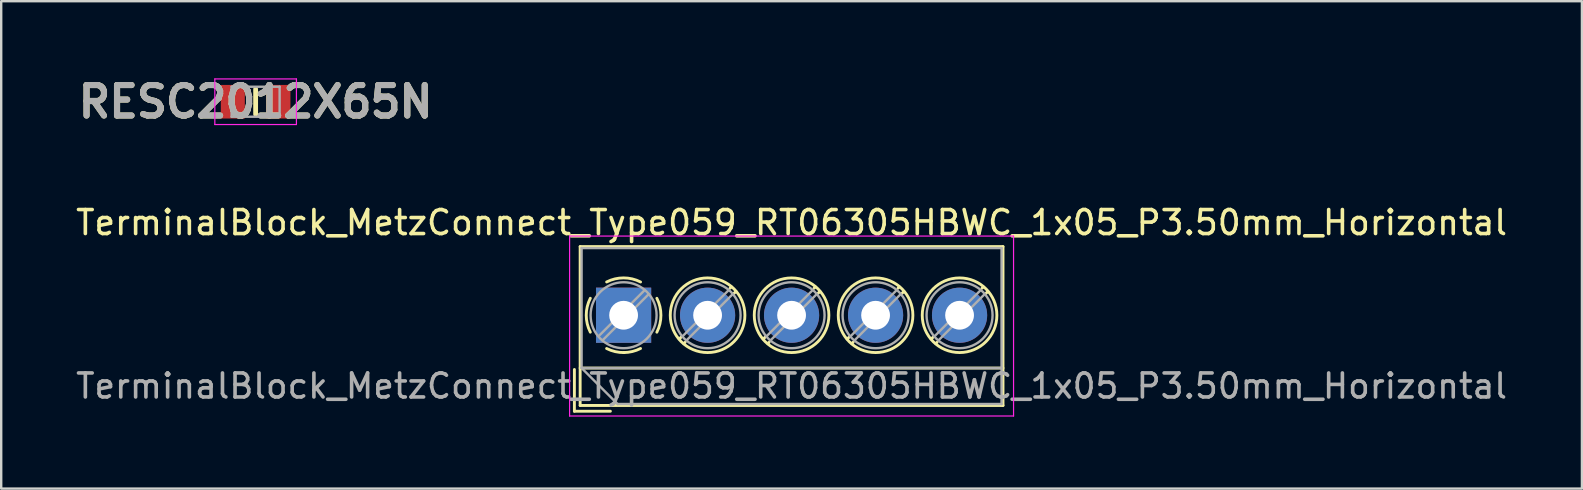
<source format=kicad_pcb>
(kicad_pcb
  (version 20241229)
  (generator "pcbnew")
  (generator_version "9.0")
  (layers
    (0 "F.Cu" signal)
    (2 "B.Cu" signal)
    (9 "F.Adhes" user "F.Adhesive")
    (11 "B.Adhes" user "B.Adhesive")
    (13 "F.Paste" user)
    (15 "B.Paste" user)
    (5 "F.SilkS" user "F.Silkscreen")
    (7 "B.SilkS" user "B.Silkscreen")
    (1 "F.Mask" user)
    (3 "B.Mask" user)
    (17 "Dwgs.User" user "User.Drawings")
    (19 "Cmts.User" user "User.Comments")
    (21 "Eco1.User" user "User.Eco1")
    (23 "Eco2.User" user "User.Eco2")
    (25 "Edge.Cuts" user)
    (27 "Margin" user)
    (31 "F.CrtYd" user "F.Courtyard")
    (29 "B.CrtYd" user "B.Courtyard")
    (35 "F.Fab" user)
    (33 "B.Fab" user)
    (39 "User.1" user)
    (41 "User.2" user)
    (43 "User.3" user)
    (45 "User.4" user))
  (footprint "TerminalBlock_MetzConnect_Type059_RT06305HBWC_1x05_P3.50mm_Horizontal"
    (layer "F.Cu")
    (at 22.935 10.086)
    (property "Reference" "TerminalBlock_MetzConnect_Type059_RT06305HBWC_1x05_P3.50mm_Horizontal" (at 7 -3.86 0) (layer "F.SilkS") (effects (font (size 1 1) (thickness 0.15))))
    (attr through_hole)
    (fp_line (start -2.05 2.26) (end -2.05 4) (stroke (width 0.12) (type solid)) (layer "F.SilkS"))
    (fp_line (start -2.05 4) (end -0.55 4) (stroke (width 0.12) (type solid)) (layer "F.SilkS"))
    (fp_line (start -1.81 -2.86) (end -1.81 3.76) (stroke (width 0.12) (type solid)) (layer "F.SilkS"))
    (fp_line (start -1.81 -2.86) (end 15.81 -2.86) (stroke (width 0.12) (type solid)) (layer "F.SilkS"))
    (fp_line (start -1.81 2.2) (end 15.81 2.2) (stroke (width 0.12) (type solid)) (layer "F.SilkS"))
    (fp_line (start -1.81 3.76) (end 15.81 3.76) (stroke (width 0.12) (type solid)) (layer "F.SilkS"))
    (fp_line (start 2.397 0.914) (end 2.321 0.99) (stroke (width 0.12) (type solid)) (layer "F.SilkS"))
    (fp_line (start 2.565 1.125) (end 2.511 1.18) (stroke (width 0.12) (type solid)) (layer "F.SilkS"))
    (fp_line (start 4.49 -1.18) (end 4.436 -1.126) (stroke (width 0.12) (type solid)) (layer "F.SilkS"))
    (fp_line (start 4.68 -0.99) (end 4.604 -0.914) (stroke (width 0.12) (type solid)) (layer "F.SilkS"))
    (fp_line (start 5.897 0.914) (end 5.821 0.99) (stroke (width 0.12) (type solid)) (layer "F.SilkS"))
    (fp_line (start 6.065 1.125) (end 6.011 1.18) (stroke (width 0.12) (type solid)) (layer "F.SilkS"))
    (fp_line (start 7.99 -1.18) (end 7.936 -1.126) (stroke (width 0.12) (type solid)) (layer "F.SilkS"))
    (fp_line (start 8.18 -0.99) (end 8.104 -0.914) (stroke (width 0.12) (type solid)) (layer "F.SilkS"))
    (fp_line (start 9.397 0.914) (end 9.321 0.99) (stroke (width 0.12) (type solid)) (layer "F.SilkS"))
    (fp_line (start 9.565 1.125) (end 9.511 1.18) (stroke (width 0.12) (type solid)) (layer "F.SilkS"))
    (fp_line (start 11.49 -1.18) (end 11.436 -1.126) (stroke (width 0.12) (type solid)) (layer "F.SilkS"))
    (fp_line (start 11.68 -0.99) (end 11.604 -0.914) (stroke (width 0.12) (type solid)) (layer "F.SilkS"))
    (fp_line (start 12.897 0.914) (end 12.821 0.99) (stroke (width 0.12) (type solid)) (layer "F.SilkS"))
    (fp_line (start 13.065 1.125) (end 13.011 1.18) (stroke (width 0.12) (type solid)) (layer "F.SilkS"))
    (fp_line (start 14.99 -1.18) (end 14.936 -1.126) (stroke (width 0.12) (type solid)) (layer "F.SilkS"))
    (fp_line (start 15.18 -0.99) (end 15.104 -0.914) (stroke (width 0.12) (type solid)) (layer "F.SilkS"))
    (fp_line (start 15.81 -2.86) (end 15.81 3.76) (stroke (width 0.12) (type solid)) (layer "F.SilkS"))
    (fp_arc (start -1.386645 0.705733) (mid -1.555906 -0.000711) (end -1.386 -0.707) (stroke (width 0.12) (type solid)) (layer "F.SilkS"))
    (fp_arc (start -0.705733 -1.386645) (mid 0.000711 -1.555906) (end 0.707 -1.386) (stroke (width 0.12) (type solid)) (layer "F.SilkS"))
    (fp_arc (start 0.026444 1.555682) (mid -0.350695 1.515869) (end -0.707 1.386) (stroke (width 0.12) (type solid)) (layer "F.SilkS"))
    (fp_arc (start 0.705955 1.385515) (mid 0.363007 1.512035) (end 0 1.555) (stroke (width 0.12) (type solid)) (layer "F.SilkS"))
    (fp_arc (start 1.386645 -0.705733) (mid 1.555906 0.000711) (end 1.386 0.707) (stroke (width 0.12) (type solid)) (layer "F.SilkS"))
    (fp_circle (center 3.5 0) (end 5.055 0) (stroke (width 0.12) (type solid)) (fill no) (layer "F.SilkS"))
    (fp_circle (center 7 0) (end 8.555 0) (stroke (width 0.12) (type solid)) (fill no) (layer "F.SilkS"))
    (fp_circle (center 10.5 0) (end 12.055 0) (stroke (width 0.12) (type solid)) (fill no) (layer "F.SilkS"))
    (fp_circle (center 14 0) (end 15.555 0) (stroke (width 0.12) (type solid)) (fill no) (layer "F.SilkS"))
    (fp_line (start -2.25 -3.3) (end -2.25 4.2) (stroke (width 0.05) (type solid)) (layer "F.CrtYd"))
    (fp_line (start -2.25 4.2) (end 16.25 4.2) (stroke (width 0.05) (type solid)) (layer "F.CrtYd"))
    (fp_line (start 16.25 -3.3) (end -2.25 -3.3) (stroke (width 0.05) (type solid)) (layer "F.CrtYd"))
    (fp_line (start 16.25 4.2) (end 16.25 -3.3) (stroke (width 0.05) (type solid)) (layer "F.CrtYd"))
    (fp_line (start -1.75 -2.8) (end 15.75 -2.8) (stroke (width 0.1) (type solid)) (layer "F.Fab"))
    (fp_line (start -1.75 2.2) (end -1.75 -2.8) (stroke (width 0.1) (type solid)) (layer "F.Fab"))
    (fp_line (start -1.75 2.2) (end 15.75 2.2) (stroke (width 0.1) (type solid)) (layer "F.Fab"))
    (fp_line (start -0.25 3.7) (end -1.75 2.2) (stroke (width 0.1) (type solid)) (layer "F.Fab"))
    (fp_line (start 0.876 -1.043) (end -1.043 0.875) (stroke (width 0.1) (type solid)) (layer "F.Fab"))
    (fp_line (start 1.043 -0.875) (end -0.876 1.043) (stroke (width 0.1) (type solid)) (layer "F.Fab"))
    (fp_line (start 4.376 -1.043) (end 2.458 0.875) (stroke (width 0.1) (type solid)) (layer "F.Fab"))
    (fp_line (start 4.543 -0.875) (end 2.625 1.043) (stroke (width 0.1) (type solid)) (layer "F.Fab"))
    (fp_line (start 7.876 -1.043) (end 5.958 0.875) (stroke (width 0.1) (type solid)) (layer "F.Fab"))
    (fp_line (start 8.043 -0.875) (end 6.125 1.043) (stroke (width 0.1) (type solid)) (layer "F.Fab"))
    (fp_line (start 11.376 -1.043) (end 9.458 0.875) (stroke (width 0.1) (type solid)) (layer "F.Fab"))
    (fp_line (start 11.543 -0.875) (end 9.625 1.043) (stroke (width 0.1) (type solid)) (layer "F.Fab"))
    (fp_line (start 14.876 -1.043) (end 12.958 0.875) (stroke (width 0.1) (type solid)) (layer "F.Fab"))
    (fp_line (start 15.043 -0.875) (end 13.125 1.043) (stroke (width 0.1) (type solid)) (layer "F.Fab"))
    (fp_line (start 15.75 -2.8) (end 15.75 3.7) (stroke (width 0.1) (type solid)) (layer "F.Fab"))
    (fp_line (start 15.75 3.7) (end -0.25 3.7) (stroke (width 0.1) (type solid)) (layer "F.Fab"))
    (fp_circle (center 0 0) (end 1.375 0) (stroke (width 0.1) (type solid)) (fill no) (layer "F.Fab"))
    (fp_circle (center 3.5 0) (end 4.875 0) (stroke (width 0.1) (type solid)) (fill no) (layer "F.Fab"))
    (fp_circle (center 7 0) (end 8.375 0) (stroke (width 0.1) (type solid)) (fill no) (layer "F.Fab"))
    (fp_circle (center 10.5 0) (end 11.875 0) (stroke (width 0.1) (type solid)) (fill no) (layer "F.Fab"))
    (fp_circle (center 14 0) (end 15.375 0) (stroke (width 0.1) (type solid)) (fill no) (layer "F.Fab"))
    (fp_text user "${REFERENCE}" (at 7 2.95 0) (layer "F.Fab") (effects (font (size 1 1) (thickness 0.15))))
    (pad "1" thru_hole rect (at 0 0) (size 2.3 2.3) (drill 1.2) (layers "*.Cu" "*.Mask"))
    (pad "2" thru_hole circle (at 3.5 0) (size 2.3 2.3) (drill 1.2) (layers "*.Cu" "*.Mask"))
    (pad "3" thru_hole circle (at 7 0) (size 2.3 2.3) (drill 1.2) (layers "*.Cu" "*.Mask"))
    (pad "4" thru_hole circle (at 10.5 0) (size 2.3 2.3) (drill 1.2) (layers "*.Cu" "*.Mask"))
    (pad "5" thru_hole circle (at 14 0) (size 2.3 2.3) (drill 1.2) (layers "*.Cu" "*.Mask")))
  (footprint "RESC2012X65N"
    (layer "F.Cu")
    (at 7.602 1.189)
    (property "Reference" "RESC2012X65N" (at 0 0 0) (layer "F.SilkS") (effects (font (size 1.27 1.27) (thickness 0.254))))
    (attr smd)
    (fp_line (start 0 -0.525) (end 0 0.525) (stroke (width 0.2) (type solid)) (layer "F.SilkS"))
    (fp_line (start -1.7 -0.95) (end 1.7 -0.95) (stroke (width 0.05) (type solid)) (layer "F.CrtYd"))
    (fp_line (start -1.7 0.95) (end -1.7 -0.95) (stroke (width 0.05) (type solid)) (layer "F.CrtYd"))
    (fp_line (start 1.7 -0.95) (end 1.7 0.95) (stroke (width 0.05) (type solid)) (layer "F.CrtYd"))
    (fp_line (start 1.7 0.95) (end -1.7 0.95) (stroke (width 0.05) (type solid)) (layer "F.CrtYd"))
    (fp_line (start -1 -0.625) (end 1 -0.625) (stroke (width 0.1) (type solid)) (layer "F.Fab"))
    (fp_line (start -1 0.625) (end -1 -0.625) (stroke (width 0.1) (type solid)) (layer "F.Fab"))
    (fp_line (start 1 -0.625) (end 1 0.625) (stroke (width 0.1) (type solid)) (layer "F.Fab"))
    (fp_line (start 1 0.625) (end -1 0.625) (stroke (width 0.1) (type solid)) (layer "F.Fab"))
    (fp_text user "${REFERENCE}" (at 0 0 0) (layer "F.Fab") (effects (font (size 1.27 1.27) (thickness 0.254))))
    (pad "1" smd rect (at -0.95 0) (size 1 1.4) (layers "F.Cu" "F.Mask" "F.Paste"))
    (pad "2" smd rect (at 0.95 0) (size 1 1.4) (layers "F.Cu" "F.Mask" "F.Paste")))
  (gr_rect
    (start -3 -3)
    (end 62.869 17.311)
    (stroke (width 0.1) (type default))
    (fill no)
    (layer "Edge.Cuts")))
</source>
